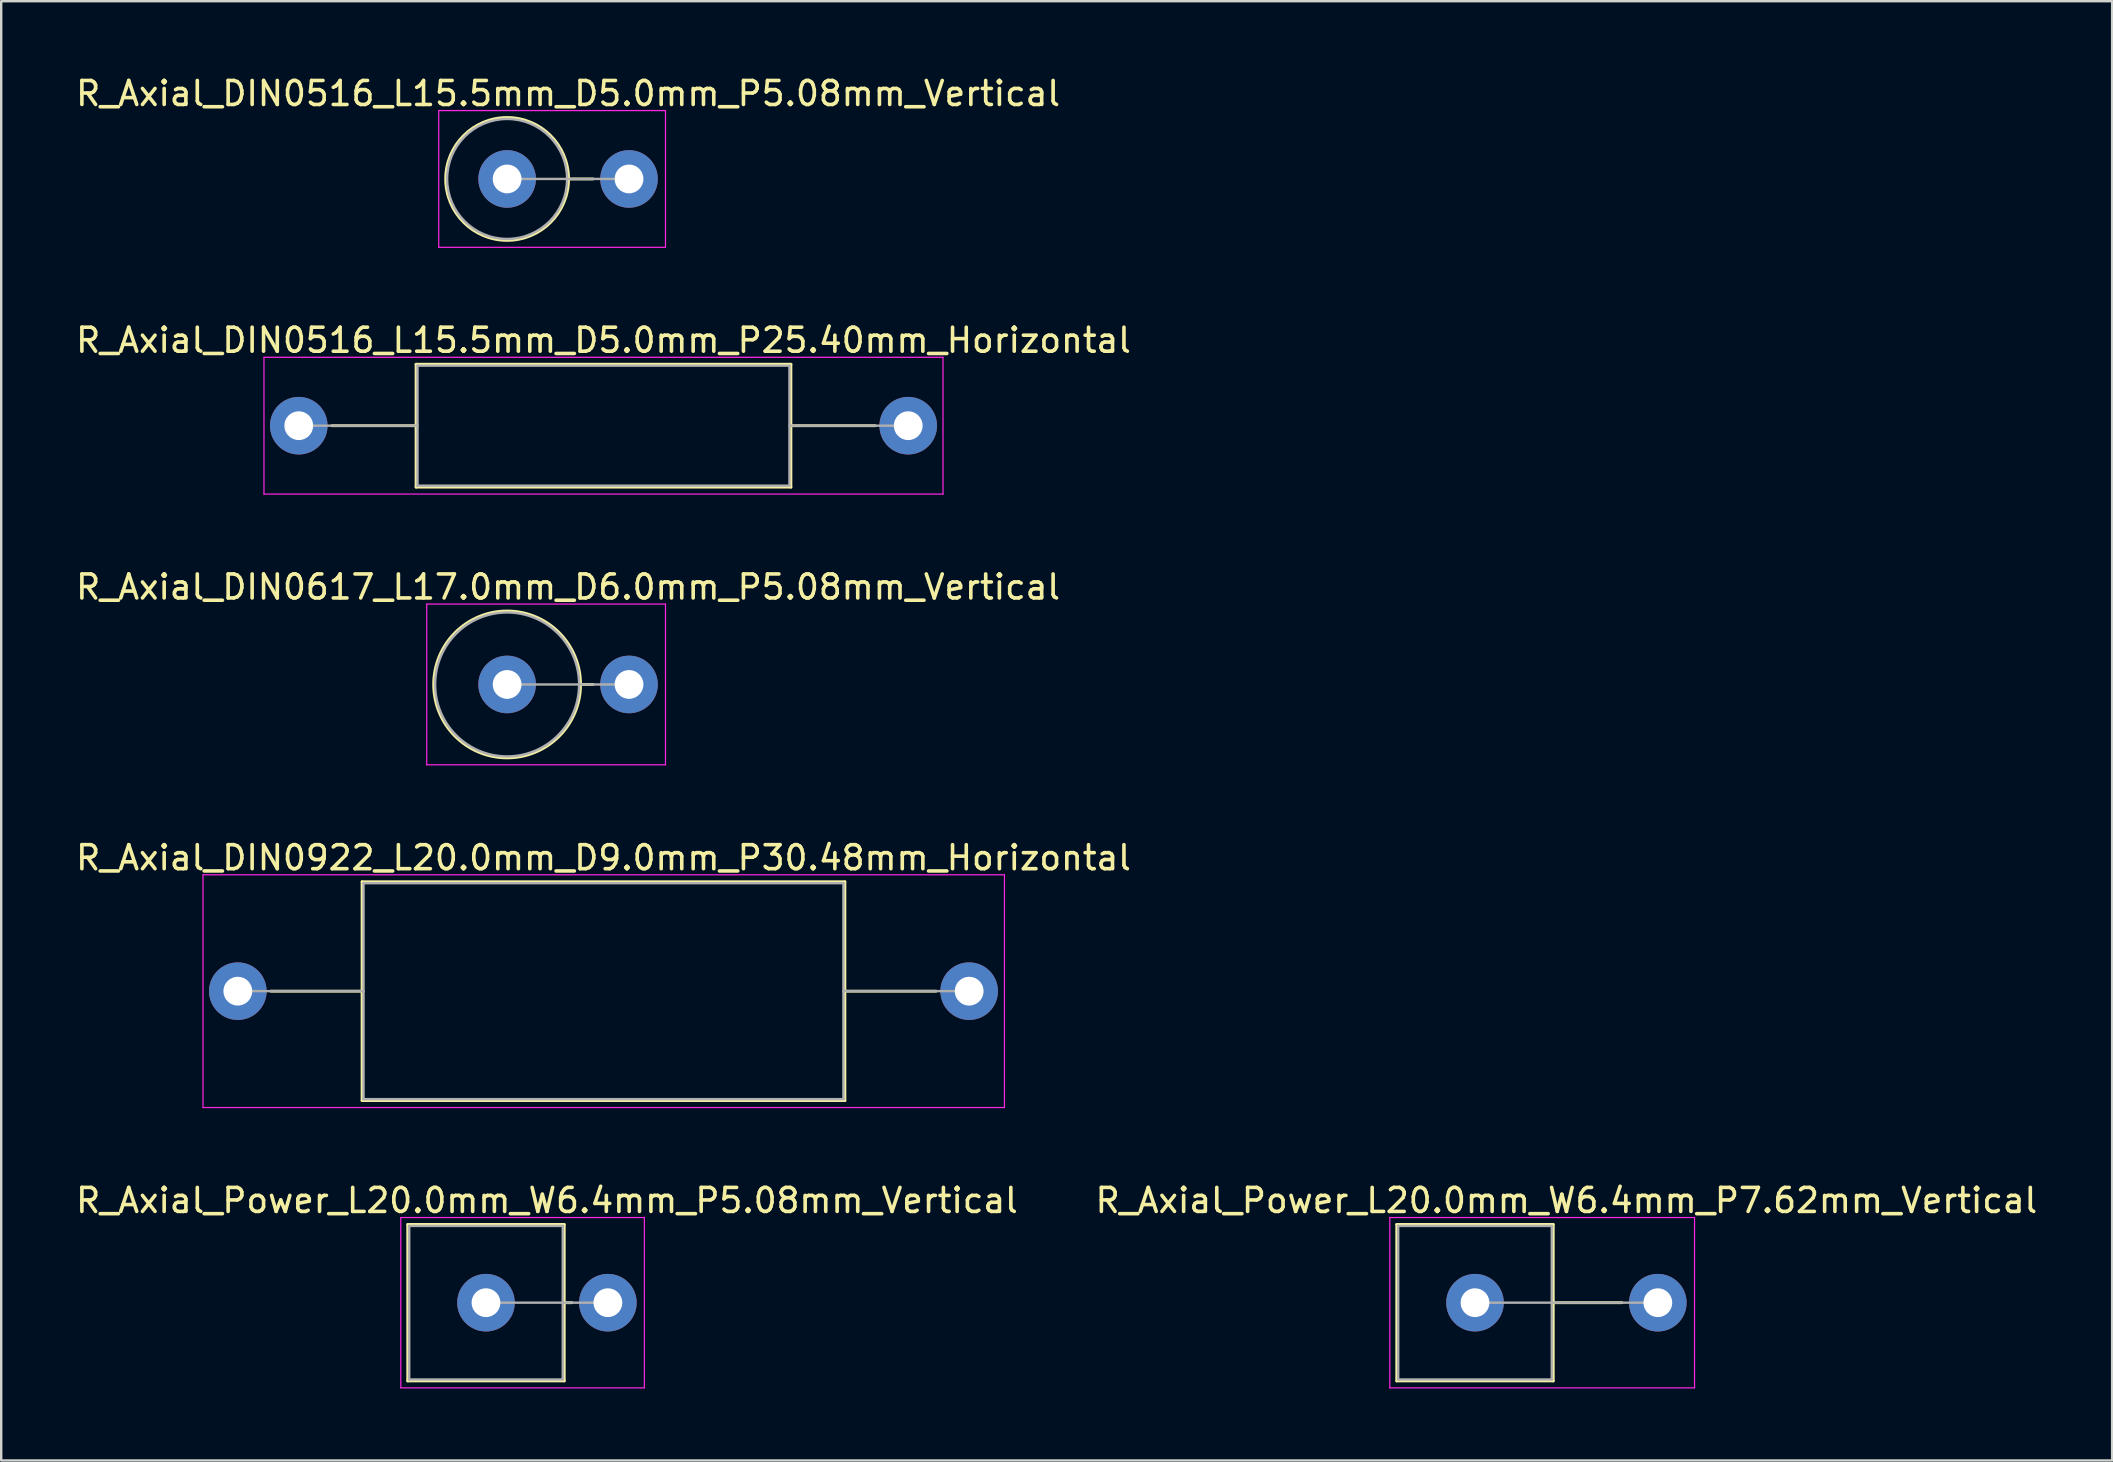
<source format=kicad_pcb>
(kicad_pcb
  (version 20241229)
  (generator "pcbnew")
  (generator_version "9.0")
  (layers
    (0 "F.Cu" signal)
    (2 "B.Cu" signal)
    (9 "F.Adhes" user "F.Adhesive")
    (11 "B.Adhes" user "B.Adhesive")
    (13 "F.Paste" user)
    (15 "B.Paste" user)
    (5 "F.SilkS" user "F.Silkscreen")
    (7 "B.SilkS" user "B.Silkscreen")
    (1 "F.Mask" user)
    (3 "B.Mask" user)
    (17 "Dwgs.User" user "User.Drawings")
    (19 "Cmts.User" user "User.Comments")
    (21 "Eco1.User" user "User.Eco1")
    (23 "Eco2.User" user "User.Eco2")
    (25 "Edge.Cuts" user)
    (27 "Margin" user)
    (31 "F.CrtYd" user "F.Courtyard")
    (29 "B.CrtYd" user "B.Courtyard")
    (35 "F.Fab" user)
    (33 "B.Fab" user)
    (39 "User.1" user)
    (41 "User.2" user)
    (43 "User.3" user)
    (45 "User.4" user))
  (footprint "R_Axial_DIN0617_L17.0mm_D6.0mm_P5.08mm_Vertical"
    (layer "F.Cu")
    (at 18.085 25.475)
    (property "Reference" "R_Axial_DIN0617_L17.0mm_D6.0mm_P5.08mm_Vertical" (at 2.54 -4.06 0) (layer "F.SilkS") (effects (font (size 1 1) (thickness 0.15))))
    (attr through_hole)
    (fp_line (start 3.06 0) (end 3.58 0) (stroke (width 0.12) (type solid)) (layer "F.SilkS"))
    (fp_circle (center 0 0) (end 3.06 0) (stroke (width 0.12) (type solid)) (fill no) (layer "F.SilkS"))
    (fp_line (start -3.35 -3.35) (end -3.35 3.35) (stroke (width 0.05) (type solid)) (layer "F.CrtYd"))
    (fp_line (start -3.35 3.35) (end 6.6 3.35) (stroke (width 0.05) (type solid)) (layer "F.CrtYd"))
    (fp_line (start 6.6 -3.35) (end -3.35 -3.35) (stroke (width 0.05) (type solid)) (layer "F.CrtYd"))
    (fp_line (start 6.6 3.35) (end 6.6 -3.35) (stroke (width 0.05) (type solid)) (layer "F.CrtYd"))
    (fp_line (start 0 0) (end 5.08 0) (stroke (width 0.1) (type solid)) (layer "F.Fab"))
    (fp_circle (center 0 0) (end 3 0) (stroke (width 0.1) (type solid)) (fill no) (layer "F.Fab"))
    (pad "1" thru_hole circle (at 0 0) (size 2.4 2.4) (drill 1.2) (layers "*.Cu" "*.Mask"))
    (pad "2" thru_hole oval (at 5.08 0) (size 2.4 2.4) (drill 1.2) (layers "*.Cu" "*.Mask")))
  (footprint "R_Axial_DIN0922_L20.0mm_D9.0mm_P30.48mm_Horizontal"
    (layer "F.Cu")
    (at 6.861 38.258)
    (property "Reference" "R_Axial_DIN0922_L20.0mm_D9.0mm_P30.48mm_Horizontal" (at 15.24 -5.56 0) (layer "F.SilkS") (effects (font (size 1 1) (thickness 0.15))))
    (attr through_hole)
    (fp_line (start 1.38 0) (end 5.18 0) (stroke (width 0.12) (type solid)) (layer "F.SilkS"))
    (fp_line (start 5.18 -4.56) (end 5.18 4.56) (stroke (width 0.12) (type solid)) (layer "F.SilkS"))
    (fp_line (start 5.18 4.56) (end 25.3 4.56) (stroke (width 0.12) (type solid)) (layer "F.SilkS"))
    (fp_line (start 25.3 -4.56) (end 5.18 -4.56) (stroke (width 0.12) (type solid)) (layer "F.SilkS"))
    (fp_line (start 25.3 4.56) (end 25.3 -4.56) (stroke (width 0.12) (type solid)) (layer "F.SilkS"))
    (fp_line (start 29.1 0) (end 25.3 0) (stroke (width 0.12) (type solid)) (layer "F.SilkS"))
    (fp_line (start -1.45 -4.85) (end -1.45 4.85) (stroke (width 0.05) (type solid)) (layer "F.CrtYd"))
    (fp_line (start -1.45 4.85) (end 31.95 4.85) (stroke (width 0.05) (type solid)) (layer "F.CrtYd"))
    (fp_line (start 31.95 -4.85) (end -1.45 -4.85) (stroke (width 0.05) (type solid)) (layer "F.CrtYd"))
    (fp_line (start 31.95 4.85) (end 31.95 -4.85) (stroke (width 0.05) (type solid)) (layer "F.CrtYd"))
    (fp_line (start 0 0) (end 5.24 0) (stroke (width 0.1) (type solid)) (layer "F.Fab"))
    (fp_line (start 5.24 -4.5) (end 5.24 4.5) (stroke (width 0.1) (type solid)) (layer "F.Fab"))
    (fp_line (start 5.24 4.5) (end 25.24 4.5) (stroke (width 0.1) (type solid)) (layer "F.Fab"))
    (fp_line (start 25.24 -4.5) (end 5.24 -4.5) (stroke (width 0.1) (type solid)) (layer "F.Fab"))
    (fp_line (start 25.24 4.5) (end 25.24 -4.5) (stroke (width 0.1) (type solid)) (layer "F.Fab"))
    (fp_line (start 30.48 0) (end 25.24 0) (stroke (width 0.1) (type solid)) (layer "F.Fab"))
    (pad "1" thru_hole circle (at 0 0) (size 2.4 2.4) (drill 1.2) (layers "*.Cu" "*.Mask"))
    (pad "2" thru_hole oval (at 30.48 0) (size 2.4 2.4) (drill 1.2) (layers "*.Cu" "*.Mask")))
  (footprint "R_Axial_DIN0516_L15.5mm_D5.0mm_P5.08mm_Vertical"
    (layer "F.Cu")
    (at 18.085 4.408)
    (property "Reference" "R_Axial_DIN0516_L15.5mm_D5.0mm_P5.08mm_Vertical" (at 2.54 -3.56 0) (layer "F.SilkS") (effects (font (size 1 1) (thickness 0.15))))
    (attr through_hole)
    (fp_line (start 2.56 0) (end 3.58 0) (stroke (width 0.12) (type solid)) (layer "F.SilkS"))
    (fp_circle (center 0 0) (end 2.56 0) (stroke (width 0.12) (type solid)) (fill no) (layer "F.SilkS"))
    (fp_line (start -2.85 -2.85) (end -2.85 2.85) (stroke (width 0.05) (type solid)) (layer "F.CrtYd"))
    (fp_line (start -2.85 2.85) (end 6.6 2.85) (stroke (width 0.05) (type solid)) (layer "F.CrtYd"))
    (fp_line (start 6.6 -2.85) (end -2.85 -2.85) (stroke (width 0.05) (type solid)) (layer "F.CrtYd"))
    (fp_line (start 6.6 2.85) (end 6.6 -2.85) (stroke (width 0.05) (type solid)) (layer "F.CrtYd"))
    (fp_line (start 0 0) (end 5.08 0) (stroke (width 0.1) (type solid)) (layer "F.Fab"))
    (fp_circle (center 0 0) (end 2.5 0) (stroke (width 0.1) (type solid)) (fill no) (layer "F.Fab"))
    (pad "1" thru_hole circle (at 0 0) (size 2.4 2.4) (drill 1.2) (layers "*.Cu" "*.Mask"))
    (pad "2" thru_hole oval (at 5.08 0) (size 2.4 2.4) (drill 1.2) (layers "*.Cu" "*.Mask")))
  (footprint "R_Axial_Power_L20.0mm_W6.4mm_P5.08mm_Vertical"
    (layer "F.Cu")
    (at 17.204 51.241)
    (property "Reference" "R_Axial_Power_L20.0mm_W6.4mm_P5.08mm_Vertical" (at 2.54 -4.26 0) (layer "F.SilkS") (effects (font (size 1 1) (thickness 0.15))))
    (attr through_hole)
    (fp_line (start -3.26 -3.26) (end -3.26 3.26) (stroke (width 0.12) (type solid)) (layer "F.SilkS"))
    (fp_line (start -3.26 3.26) (end 3.26 3.26) (stroke (width 0.12) (type solid)) (layer "F.SilkS"))
    (fp_line (start 3.26 -3.26) (end -3.26 -3.26) (stroke (width 0.12) (type solid)) (layer "F.SilkS"))
    (fp_line (start 3.26 0) (end 3.58 0) (stroke (width 0.12) (type solid)) (layer "F.SilkS"))
    (fp_line (start 3.26 3.26) (end 3.26 -3.26) (stroke (width 0.12) (type solid)) (layer "F.SilkS"))
    (fp_line (start -3.55 -3.55) (end -3.55 3.55) (stroke (width 0.05) (type solid)) (layer "F.CrtYd"))
    (fp_line (start -3.55 3.55) (end 6.6 3.55) (stroke (width 0.05) (type solid)) (layer "F.CrtYd"))
    (fp_line (start 6.6 -3.55) (end -3.55 -3.55) (stroke (width 0.05) (type solid)) (layer "F.CrtYd"))
    (fp_line (start 6.6 3.55) (end 6.6 -3.55) (stroke (width 0.05) (type solid)) (layer "F.CrtYd"))
    (fp_line (start -3.2 -3.2) (end -3.2 3.2) (stroke (width 0.1) (type solid)) (layer "F.Fab"))
    (fp_line (start -3.2 3.2) (end 3.2 3.2) (stroke (width 0.1) (type solid)) (layer "F.Fab"))
    (fp_line (start 0 0) (end 5.08 0) (stroke (width 0.1) (type solid)) (layer "F.Fab"))
    (fp_line (start 3.2 -3.2) (end -3.2 -3.2) (stroke (width 0.1) (type solid)) (layer "F.Fab"))
    (fp_line (start 3.2 3.2) (end 3.2 -3.2) (stroke (width 0.1) (type solid)) (layer "F.Fab"))
    (pad "1" thru_hole circle (at 0 0) (size 2.4 2.4) (drill 1.2) (layers "*.Cu" "*.Mask"))
    (pad "2" thru_hole oval (at 5.08 0) (size 2.4 2.4) (drill 1.2) (layers "*.Cu" "*.Mask")))
  (footprint "R_Axial_DIN0516_L15.5mm_D5.0mm_P25.40mm_Horizontal"
    (layer "F.Cu")
    (at 9.401 14.691)
    (property "Reference" "R_Axial_DIN0516_L15.5mm_D5.0mm_P25.40mm_Horizontal" (at 12.7 -3.56 0) (layer "F.SilkS") (effects (font (size 1 1) (thickness 0.15))))
    (attr through_hole)
    (fp_line (start 1.38 0) (end 4.89 0) (stroke (width 0.12) (type solid)) (layer "F.SilkS"))
    (fp_line (start 4.89 -2.56) (end 4.89 2.56) (stroke (width 0.12) (type solid)) (layer "F.SilkS"))
    (fp_line (start 4.89 2.56) (end 20.51 2.56) (stroke (width 0.12) (type solid)) (layer "F.SilkS"))
    (fp_line (start 20.51 -2.56) (end 4.89 -2.56) (stroke (width 0.12) (type solid)) (layer "F.SilkS"))
    (fp_line (start 20.51 2.56) (end 20.51 -2.56) (stroke (width 0.12) (type solid)) (layer "F.SilkS"))
    (fp_line (start 24.02 0) (end 20.51 0) (stroke (width 0.12) (type solid)) (layer "F.SilkS"))
    (fp_line (start -1.45 -2.85) (end -1.45 2.85) (stroke (width 0.05) (type solid)) (layer "F.CrtYd"))
    (fp_line (start -1.45 2.85) (end 26.85 2.85) (stroke (width 0.05) (type solid)) (layer "F.CrtYd"))
    (fp_line (start 26.85 -2.85) (end -1.45 -2.85) (stroke (width 0.05) (type solid)) (layer "F.CrtYd"))
    (fp_line (start 26.85 2.85) (end 26.85 -2.85) (stroke (width 0.05) (type solid)) (layer "F.CrtYd"))
    (fp_line (start 0 0) (end 4.95 0) (stroke (width 0.1) (type solid)) (layer "F.Fab"))
    (fp_line (start 4.95 -2.5) (end 4.95 2.5) (stroke (width 0.1) (type solid)) (layer "F.Fab"))
    (fp_line (start 4.95 2.5) (end 20.45 2.5) (stroke (width 0.1) (type solid)) (layer "F.Fab"))
    (fp_line (start 20.45 -2.5) (end 4.95 -2.5) (stroke (width 0.1) (type solid)) (layer "F.Fab"))
    (fp_line (start 20.45 2.5) (end 20.45 -2.5) (stroke (width 0.1) (type solid)) (layer "F.Fab"))
    (fp_line (start 25.4 0) (end 20.45 0) (stroke (width 0.1) (type solid)) (layer "F.Fab"))
    (pad "1" thru_hole circle (at 0 0) (size 2.4 2.4) (drill 1.2) (layers "*.Cu" "*.Mask"))
    (pad "2" thru_hole oval (at 25.4 0) (size 2.4 2.4) (drill 1.2) (layers "*.Cu" "*.Mask")))
  (footprint "R_Axial_Power_L20.0mm_W6.4mm_P7.62mm_Vertical"
    (layer "F.Cu")
    (at 58.422 51.241)
    (property "Reference" "R_Axial_Power_L20.0mm_W6.4mm_P7.62mm_Vertical" (at 3.81 -4.26 0) (layer "F.SilkS") (effects (font (size 1 1) (thickness 0.15))))
    (attr through_hole)
    (fp_line (start -3.26 -3.26) (end -3.26 3.26) (stroke (width 0.12) (type solid)) (layer "F.SilkS"))
    (fp_line (start -3.26 3.26) (end 3.26 3.26) (stroke (width 0.12) (type solid)) (layer "F.SilkS"))
    (fp_line (start 3.26 -3.26) (end -3.26 -3.26) (stroke (width 0.12) (type solid)) (layer "F.SilkS"))
    (fp_line (start 3.26 0) (end 6.12 0) (stroke (width 0.12) (type solid)) (layer "F.SilkS"))
    (fp_line (start 3.26 3.26) (end 3.26 -3.26) (stroke (width 0.12) (type solid)) (layer "F.SilkS"))
    (fp_line (start -3.55 -3.55) (end -3.55 3.55) (stroke (width 0.05) (type solid)) (layer "F.CrtYd"))
    (fp_line (start -3.55 3.55) (end 9.15 3.55) (stroke (width 0.05) (type solid)) (layer "F.CrtYd"))
    (fp_line (start 9.15 -3.55) (end -3.55 -3.55) (stroke (width 0.05) (type solid)) (layer "F.CrtYd"))
    (fp_line (start 9.15 3.55) (end 9.15 -3.55) (stroke (width 0.05) (type solid)) (layer "F.CrtYd"))
    (fp_line (start -3.2 -3.2) (end -3.2 3.2) (stroke (width 0.1) (type solid)) (layer "F.Fab"))
    (fp_line (start -3.2 3.2) (end 3.2 3.2) (stroke (width 0.1) (type solid)) (layer "F.Fab"))
    (fp_line (start 0 0) (end 7.62 0) (stroke (width 0.1) (type solid)) (layer "F.Fab"))
    (fp_line (start 3.2 -3.2) (end -3.2 -3.2) (stroke (width 0.1) (type solid)) (layer "F.Fab"))
    (fp_line (start 3.2 3.2) (end 3.2 -3.2) (stroke (width 0.1) (type solid)) (layer "F.Fab"))
    (pad "1" thru_hole circle (at 0 0) (size 2.4 2.4) (drill 1.2) (layers "*.Cu" "*.Mask"))
    (pad "2" thru_hole oval (at 7.62 0) (size 2.4 2.4) (drill 1.2) (layers "*.Cu" "*.Mask")))
  (gr_rect
    (start -3 -3)
    (end 84.976 57.816)
    (stroke (width 0.1) (type default))
    (fill no)
    (layer "Edge.Cuts")))
</source>
